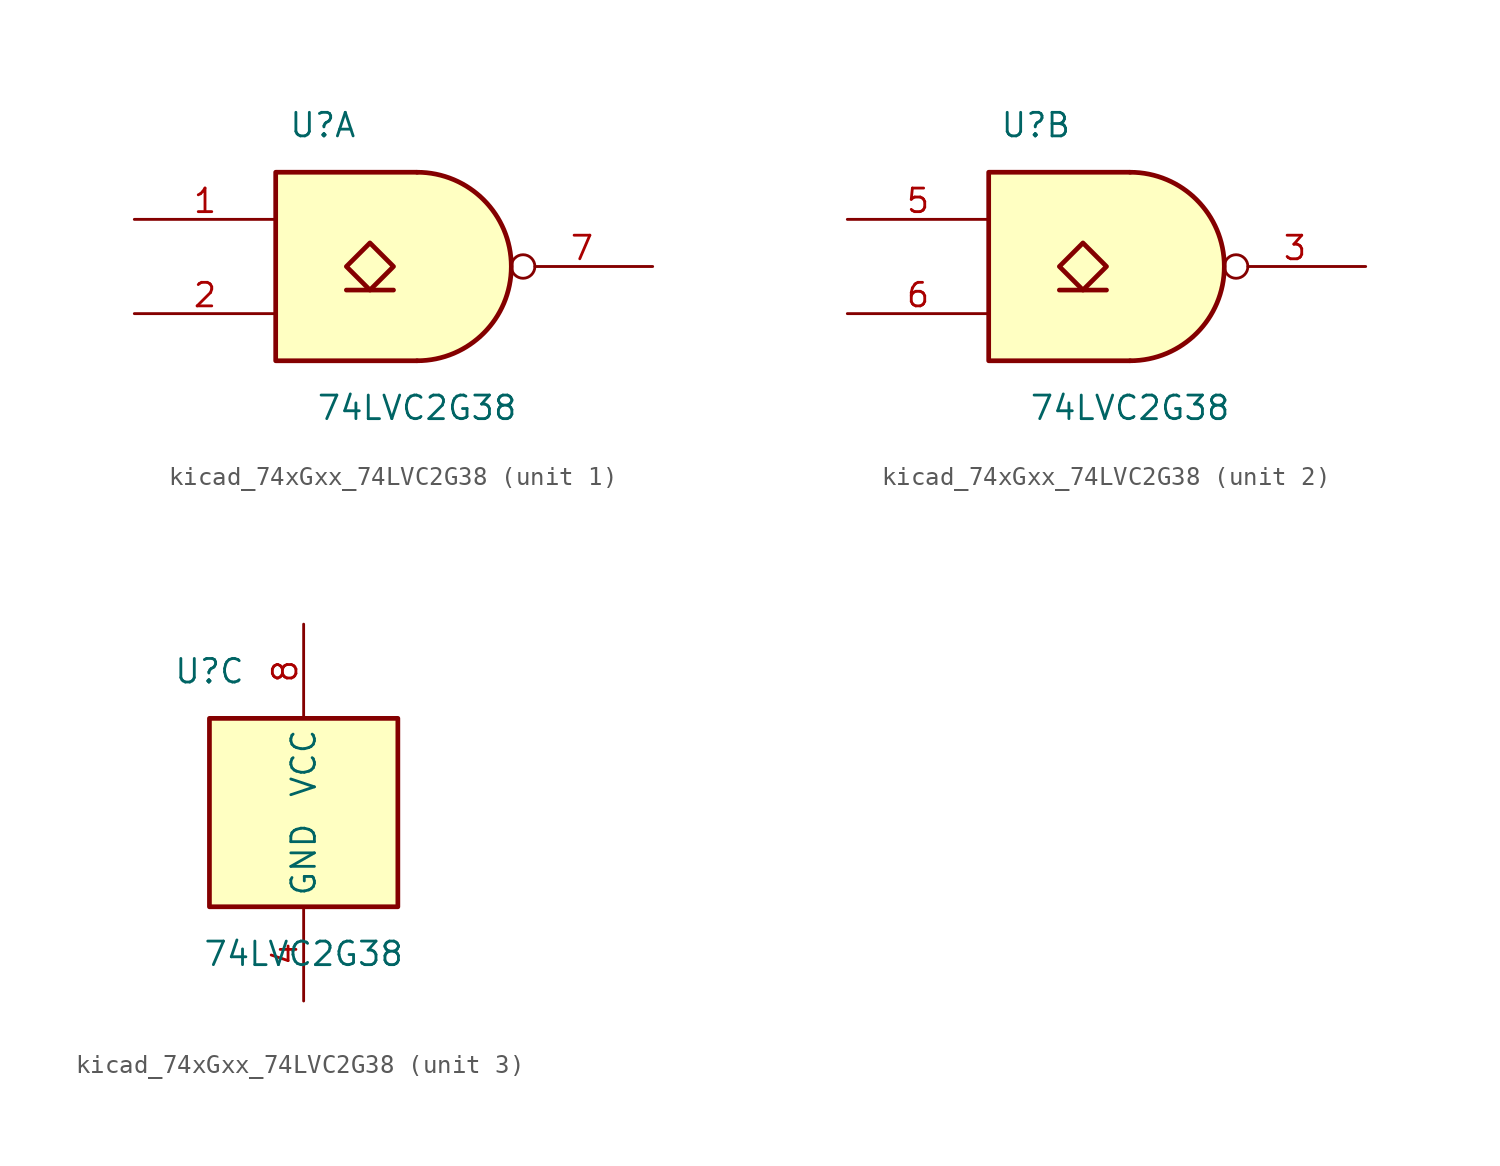
<source format=kicad_sym>
(kicad_symbol_lib
  (version 20220914)
  (generator kicad_symbol_editor)
  (symbol "kicad_74xGxx_74LVC2G38"
    (property "Reference" "U"
      (at -5.08 7.62 0)
      (effects (font (size 1.27 1.27))))
    (property "Value" "74LVC2G38"
      (at 0 -7.62 0)
      (effects (font (size 1.27 1.27))))
    (symbol "kicad_74xGxx_74LVC2G38_1_1"
      (arc (start 0 -5.08) (mid 5.0579 0) (end 0 5.08) (stroke (width 0.254) (type default)) (fill (type background)))
      (polyline (pts (xy -3.81 -1.27) (xy -1.27 -1.27)) (stroke (width 0.254) (type default)) (fill (type background)))
      (polyline (pts (xy 0 -5.08) (xy -7.62 -5.08) (xy -7.62 5.08) (xy 0 5.08)) (stroke (width 0.254) (type default)) (fill (type background)))
      (polyline (pts (xy -2.54 1.27) (xy -3.81 0) (xy -2.54 -1.27) (xy -1.27 0) (xy -2.54 1.27)) (stroke (width 0.254) (type default)) (fill (type background)))
      (pin input line (at -15.24 2.54 0) (length 7.62) (name "~" (effects (font (size 1.27 1.27)))) (number "1" (effects (font (size 1.27 1.27)))))
      (pin input line (at -15.24 -2.54 0) (length 7.62) (name "~" (effects (font (size 1.27 1.27)))) (number "2" (effects (font (size 1.27 1.27)))))
      (pin open_collector inverted (at 12.7 0 180) (length 7.62) (name "~" (effects (font (size 1.27 1.27)))) (number "7" (effects (font (size 1.27 1.27))))))
    (symbol "kicad_74xGxx_74LVC2G38_2_1"
      (arc (start 0 -5.08) (mid 5.0579 0) (end 0 5.08) (stroke (width 0.254) (type default)) (fill (type background)))
      (polyline (pts (xy -3.81 -1.27) (xy -1.27 -1.27)) (stroke (width 0.254) (type default)) (fill (type background)))
      (polyline (pts (xy 0 -5.08) (xy -7.62 -5.08) (xy -7.62 5.08) (xy 0 5.08)) (stroke (width 0.254) (type default)) (fill (type background)))
      (polyline (pts (xy -2.54 1.27) (xy -3.81 0) (xy -2.54 -1.27) (xy -1.27 0) (xy -2.54 1.27)) (stroke (width 0.254) (type default)) (fill (type background)))
      (pin open_collector inverted (at 12.7 0 180) (length 7.62) (name "~" (effects (font (size 1.27 1.27)))) (number "3" (effects (font (size 1.27 1.27)))))
      (pin input line (at -15.24 2.54 0) (length 7.62) (name "~" (effects (font (size 1.27 1.27)))) (number "5" (effects (font (size 1.27 1.27)))))
      (pin input line (at -15.24 -2.54 0) (length 7.62) (name "~" (effects (font (size 1.27 1.27)))) (number "6" (effects (font (size 1.27 1.27))))))
    (symbol "kicad_74xGxx_74LVC2G38_3_0"
      (rectangle (start -5.08 -5.08) (end 5.08 5.08) (stroke (width 0.254) (type default)) (fill (type background))))
    (symbol "kicad_74xGxx_74LVC2G38_3_1"
      (pin power_in line (at 0 -10.16 90) (length 5.08) (name "GND" (effects (font (size 1.27 1.27)))) (number "4" (effects (font (size 1.27 1.27)))))
      (pin power_in line (at 0 10.16 270) (length 5.08) (name "VCC" (effects (font (size 1.27 1.27)))) (number "8" (effects (font (size 1.27 1.27))))))))
</source>
